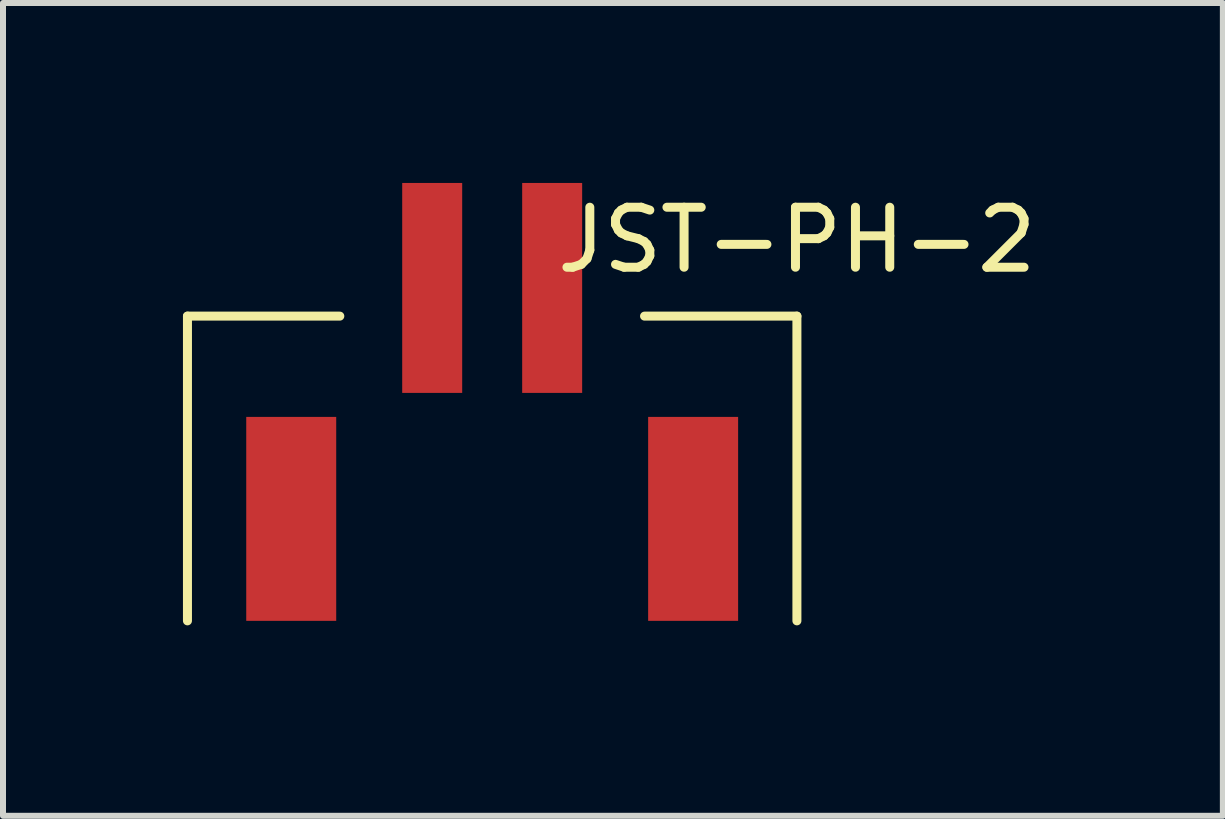
<source format=kicad_pcb>
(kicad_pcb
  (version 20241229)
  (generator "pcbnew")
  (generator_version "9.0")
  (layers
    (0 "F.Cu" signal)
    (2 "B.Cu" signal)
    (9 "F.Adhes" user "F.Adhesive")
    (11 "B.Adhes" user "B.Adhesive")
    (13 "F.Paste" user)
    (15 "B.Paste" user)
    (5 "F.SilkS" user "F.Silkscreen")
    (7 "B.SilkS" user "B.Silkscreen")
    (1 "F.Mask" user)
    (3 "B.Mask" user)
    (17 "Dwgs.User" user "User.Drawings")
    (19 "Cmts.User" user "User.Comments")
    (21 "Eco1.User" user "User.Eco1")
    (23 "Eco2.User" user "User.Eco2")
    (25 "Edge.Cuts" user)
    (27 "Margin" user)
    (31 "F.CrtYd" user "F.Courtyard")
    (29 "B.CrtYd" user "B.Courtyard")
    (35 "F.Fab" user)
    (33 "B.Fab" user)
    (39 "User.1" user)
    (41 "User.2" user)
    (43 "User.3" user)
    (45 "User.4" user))
  (footprint "JST-PH-2"
    (layer "F.Cu")
    (at 5.155 7.3)
    (property "Reference" "JST-PH-2" (at 5.08 -6.35 0) (layer "F.SilkS") (effects (font (size 1 1) (thickness 0.15))))
    (attr through_hole)
    (fp_line (start -5.08 -5.08) (end -2.54 -5.08) (stroke (width 0.15) (type solid)) (layer "F.SilkS"))
    (fp_line (start -5.08 0) (end -5.08 -5.08) (stroke (width 0.15) (type solid)) (layer "F.SilkS"))
    (fp_line (start 5.08 -5.08) (end 2.54 -5.08) (stroke (width 0.15) (type solid)) (layer "F.SilkS"))
    (fp_line (start 5.08 0) (end 5.08 -5.08) (stroke (width 0.15) (type solid)) (layer "F.SilkS"))
    (pad "1" smd rect (at -3.35 -1.7) (size 1.5 3.4) (layers "F.Cu" "F.Mask" "F.Paste"))
    (pad "2" smd rect (at -1 -5.55) (size 1 3.5) (layers "F.Cu" "F.Mask" "F.Paste"))
    (pad "3" smd rect (at 1 -5.55) (size 1 3.5) (layers "F.Cu" "F.Mask" "F.Paste"))
    (pad "4" smd rect (at 3.35 -1.7) (size 1.5 3.4) (layers "F.Cu" "F.Mask" "F.Paste")))
  (gr_rect
    (start -3 -3)
    (end 17.336 10.55)
    (stroke (width 0.1) (type default))
    (fill no)
    (layer "Edge.Cuts")))
</source>
